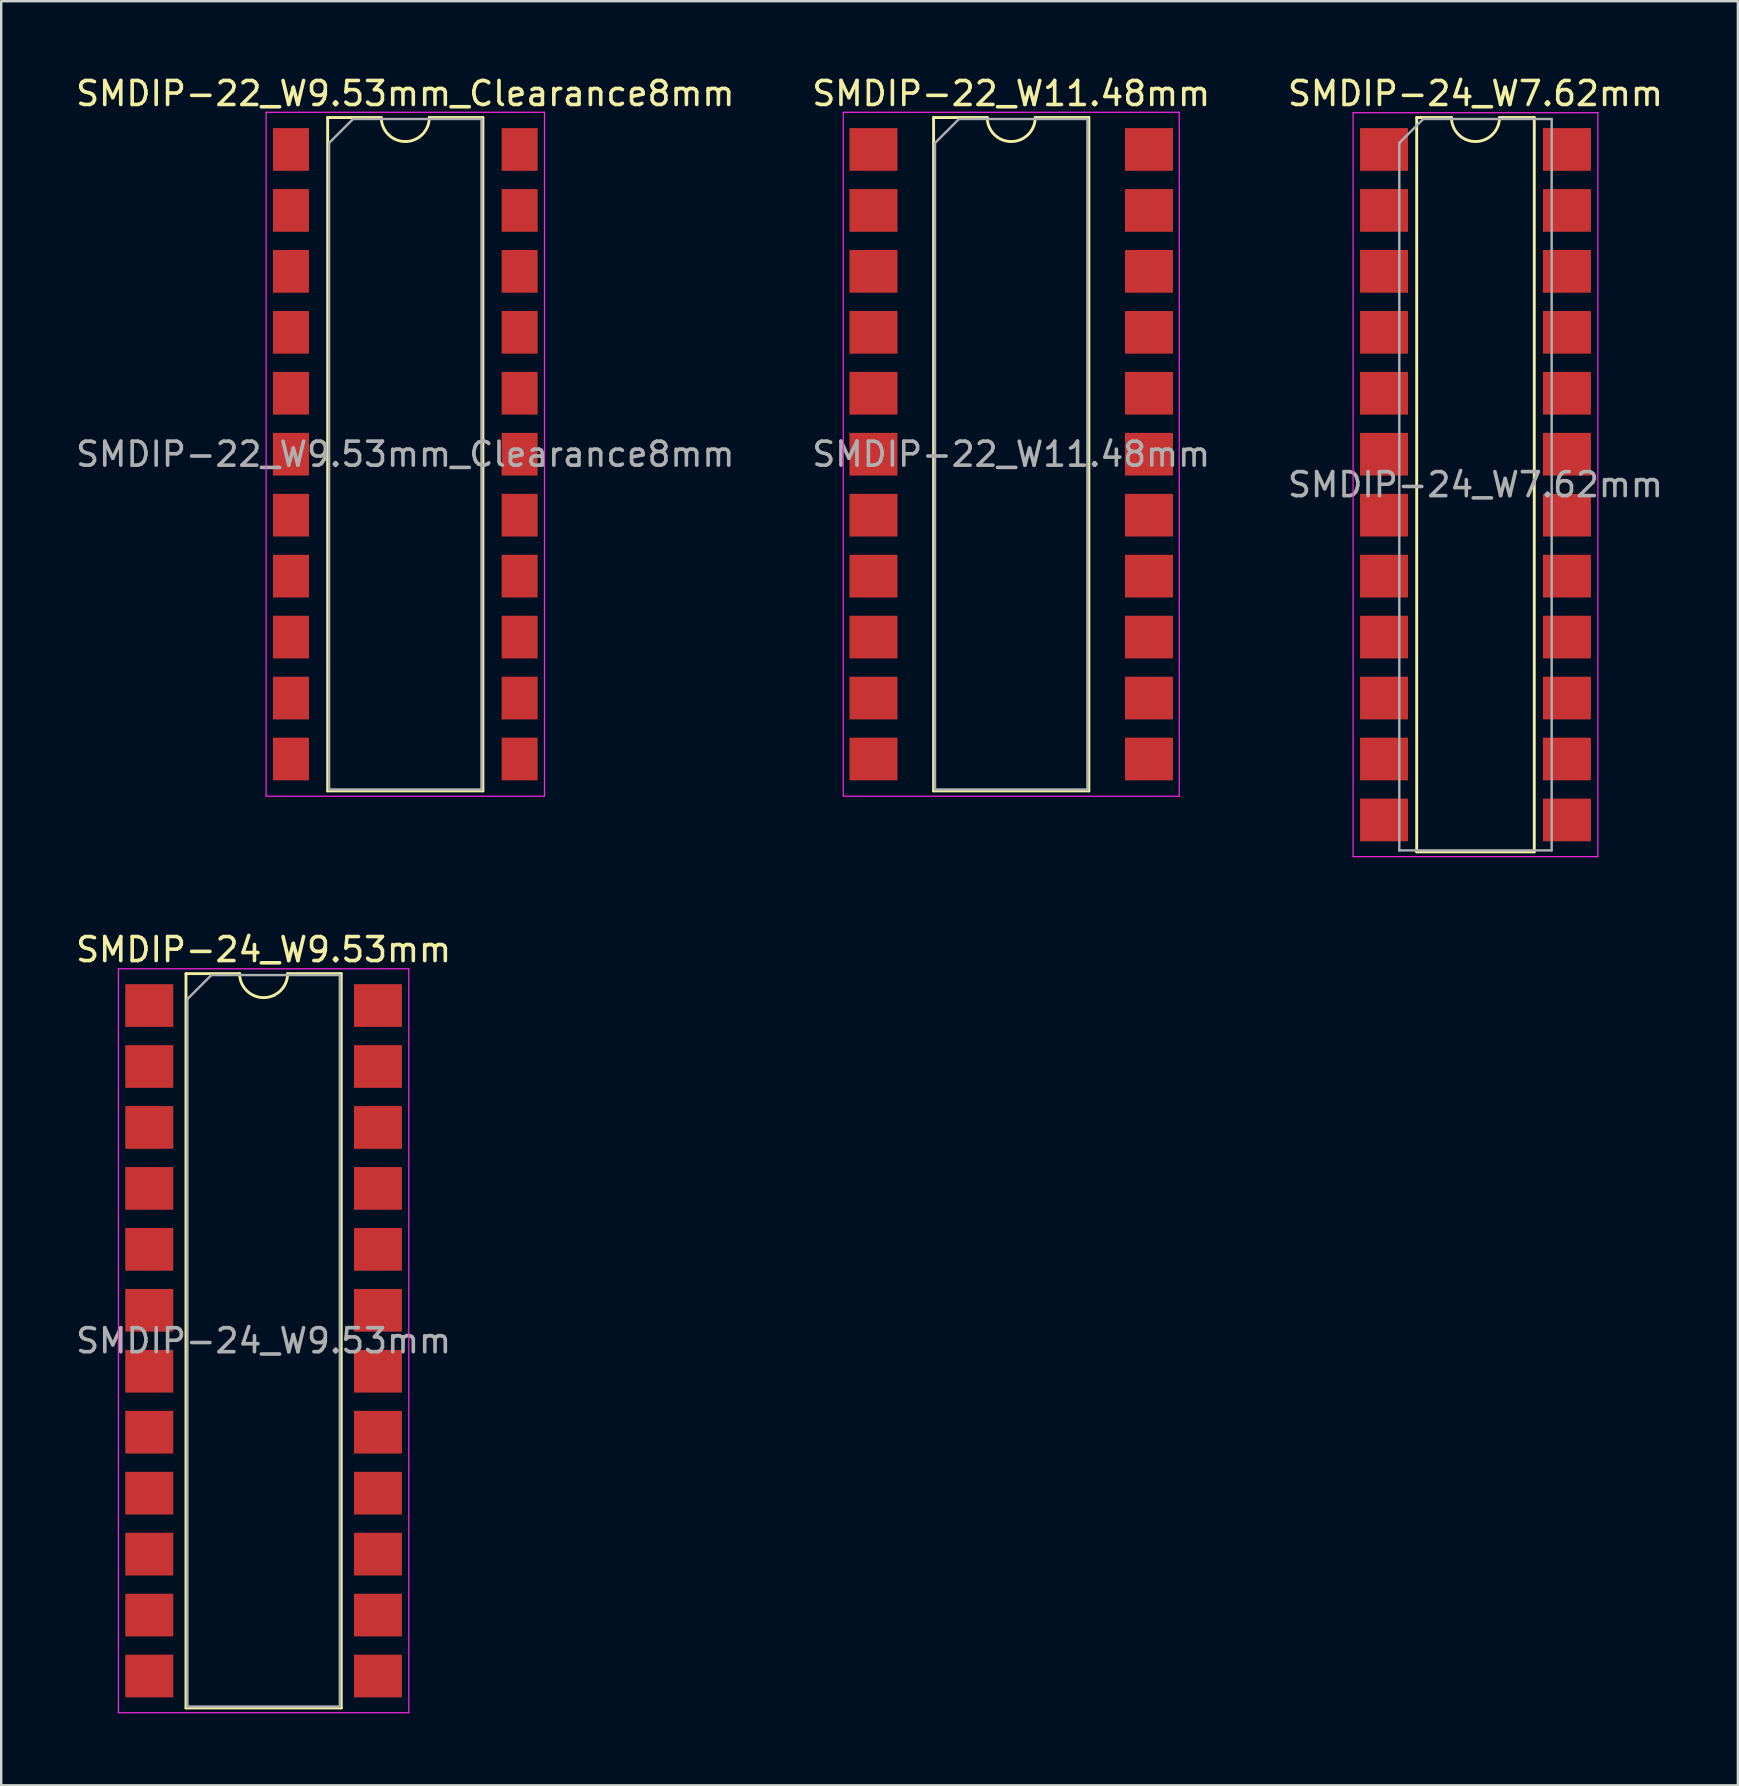
<source format=kicad_pcb>
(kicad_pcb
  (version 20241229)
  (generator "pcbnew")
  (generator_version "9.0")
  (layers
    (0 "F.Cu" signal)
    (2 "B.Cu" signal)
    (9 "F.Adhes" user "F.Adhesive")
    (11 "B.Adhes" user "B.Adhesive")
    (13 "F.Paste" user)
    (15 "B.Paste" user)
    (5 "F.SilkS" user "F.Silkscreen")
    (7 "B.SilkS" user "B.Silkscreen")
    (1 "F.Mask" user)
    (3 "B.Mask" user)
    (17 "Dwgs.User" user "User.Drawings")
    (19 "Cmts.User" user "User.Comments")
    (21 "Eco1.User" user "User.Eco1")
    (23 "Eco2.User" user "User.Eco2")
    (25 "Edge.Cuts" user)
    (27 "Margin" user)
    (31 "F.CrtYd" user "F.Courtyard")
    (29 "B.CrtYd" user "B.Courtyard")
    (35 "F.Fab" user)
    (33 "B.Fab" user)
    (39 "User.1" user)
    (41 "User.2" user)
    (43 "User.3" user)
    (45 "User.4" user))
  (footprint "SMDIP-22_W9.53mm_Clearance8mm"
    (layer "F.Cu")
    (at 13.839 15.878)
    (property "Reference" "SMDIP-22_W9.53mm_Clearance8mm" (at 0 -15.03 0) (layer "F.SilkS") (effects (font (size 1 1) (thickness 0.15))))
    (attr smd)
    (fp_line (start -3.235 -14.03) (end -3.235 14.03) (stroke (width 0.12) (type solid)) (layer "F.SilkS"))
    (fp_line (start -3.235 14.03) (end 3.235 14.03) (stroke (width 0.12) (type solid)) (layer "F.SilkS"))
    (fp_line (start -1 -14.03) (end -3.235 -14.03) (stroke (width 0.12) (type solid)) (layer "F.SilkS"))
    (fp_line (start 3.235 -14.03) (end 1 -14.03) (stroke (width 0.12) (type solid)) (layer "F.SilkS"))
    (fp_line (start 3.235 14.03) (end 3.235 -14.03) (stroke (width 0.12) (type solid)) (layer "F.SilkS"))
    (fp_arc (start 1 -14.03) (mid 0 -13.03) (end -1 -14.03) (stroke (width 0.12) (type solid)) (layer "F.SilkS"))
    (fp_line (start -5.8 -14.25) (end -5.8 14.25) (stroke (width 0.05) (type solid)) (layer "F.CrtYd"))
    (fp_line (start -5.8 14.25) (end 5.8 14.25) (stroke (width 0.05) (type solid)) (layer "F.CrtYd"))
    (fp_line (start 5.8 -14.25) (end -5.8 -14.25) (stroke (width 0.05) (type solid)) (layer "F.CrtYd"))
    (fp_line (start 5.8 14.25) (end 5.8 -14.25) (stroke (width 0.05) (type solid)) (layer "F.CrtYd"))
    (fp_line (start -3.175 -12.97) (end -2.175 -13.97) (stroke (width 0.1) (type solid)) (layer "F.Fab"))
    (fp_line (start -3.175 13.97) (end -3.175 -12.97) (stroke (width 0.1) (type solid)) (layer "F.Fab"))
    (fp_line (start -2.175 -13.97) (end 3.175 -13.97) (stroke (width 0.1) (type solid)) (layer "F.Fab"))
    (fp_line (start 3.175 -13.97) (end 3.175 13.97) (stroke (width 0.1) (type solid)) (layer "F.Fab"))
    (fp_line (start 3.175 13.97) (end -3.175 13.97) (stroke (width 0.1) (type solid)) (layer "F.Fab"))
    (fp_text user "${REFERENCE}" (at 0 0 0) (layer "F.Fab") (effects (font (size 1 1) (thickness 0.15))))
    (pad "1" smd rect (at -4.765 -12.7) (size 1.5 1.78) (layers "F.Cu" "F.Mask" "F.Paste"))
    (pad "2" smd rect (at -4.765 -10.16) (size 1.5 1.78) (layers "F.Cu" "F.Mask" "F.Paste"))
    (pad "3" smd rect (at -4.765 -7.62) (size 1.5 1.78) (layers "F.Cu" "F.Mask" "F.Paste"))
    (pad "4" smd rect (at -4.765 -5.08) (size 1.5 1.78) (layers "F.Cu" "F.Mask" "F.Paste"))
    (pad "5" smd rect (at -4.765 -2.54) (size 1.5 1.78) (layers "F.Cu" "F.Mask" "F.Paste"))
    (pad "6" smd rect (at -4.765 0) (size 1.5 1.78) (layers "F.Cu" "F.Mask" "F.Paste"))
    (pad "7" smd rect (at -4.765 2.54) (size 1.5 1.78) (layers "F.Cu" "F.Mask" "F.Paste"))
    (pad "8" smd rect (at -4.765 5.08) (size 1.5 1.78) (layers "F.Cu" "F.Mask" "F.Paste"))
    (pad "9" smd rect (at -4.765 7.62) (size 1.5 1.78) (layers "F.Cu" "F.Mask" "F.Paste"))
    (pad "10" smd rect (at -4.765 10.16) (size 1.5 1.78) (layers "F.Cu" "F.Mask" "F.Paste"))
    (pad "11" smd rect (at -4.765 12.7) (size 1.5 1.78) (layers "F.Cu" "F.Mask" "F.Paste"))
    (pad "12" smd rect (at 4.765 12.7) (size 1.5 1.78) (layers "F.Cu" "F.Mask" "F.Paste"))
    (pad "13" smd rect (at 4.765 10.16) (size 1.5 1.78) (layers "F.Cu" "F.Mask" "F.Paste"))
    (pad "14" smd rect (at 4.765 7.62) (size 1.5 1.78) (layers "F.Cu" "F.Mask" "F.Paste"))
    (pad "15" smd rect (at 4.765 5.08) (size 1.5 1.78) (layers "F.Cu" "F.Mask" "F.Paste"))
    (pad "16" smd rect (at 4.765 2.54) (size 1.5 1.78) (layers "F.Cu" "F.Mask" "F.Paste"))
    (pad "17" smd rect (at 4.765 0) (size 1.5 1.78) (layers "F.Cu" "F.Mask" "F.Paste"))
    (pad "18" smd rect (at 4.765 -2.54) (size 1.5 1.78) (layers "F.Cu" "F.Mask" "F.Paste"))
    (pad "19" smd rect (at 4.765 -5.08) (size 1.5 1.78) (layers "F.Cu" "F.Mask" "F.Paste"))
    (pad "20" smd rect (at 4.765 -7.62) (size 1.5 1.78) (layers "F.Cu" "F.Mask" "F.Paste"))
    (pad "21" smd rect (at 4.765 -10.16) (size 1.5 1.78) (layers "F.Cu" "F.Mask" "F.Paste"))
    (pad "22" smd rect (at 4.765 -12.7) (size 1.5 1.78) (layers "F.Cu" "F.Mask" "F.Paste")))
  (footprint "SMDIP-22_W11.48mm"
    (layer "F.Cu")
    (at 39.089 15.878)
    (property "Reference" "SMDIP-22_W11.48mm" (at 0 -15.03 0) (layer "F.SilkS") (effects (font (size 1 1) (thickness 0.15))))
    (attr smd)
    (fp_line (start -3.235 -14.03) (end -3.235 14.03) (stroke (width 0.12) (type solid)) (layer "F.SilkS"))
    (fp_line (start -3.235 14.03) (end 3.235 14.03) (stroke (width 0.12) (type solid)) (layer "F.SilkS"))
    (fp_line (start -1 -14.03) (end -3.235 -14.03) (stroke (width 0.12) (type solid)) (layer "F.SilkS"))
    (fp_line (start 3.235 -14.03) (end 1 -14.03) (stroke (width 0.12) (type solid)) (layer "F.SilkS"))
    (fp_line (start 3.235 14.03) (end 3.235 -14.03) (stroke (width 0.12) (type solid)) (layer "F.SilkS"))
    (fp_arc (start 1 -14.03) (mid 0 -13.03) (end -1 -14.03) (stroke (width 0.12) (type solid)) (layer "F.SilkS"))
    (fp_line (start -7 -14.25) (end -7 14.25) (stroke (width 0.05) (type solid)) (layer "F.CrtYd"))
    (fp_line (start -7 14.25) (end 7 14.25) (stroke (width 0.05) (type solid)) (layer "F.CrtYd"))
    (fp_line (start 7 -14.25) (end -7 -14.25) (stroke (width 0.05) (type solid)) (layer "F.CrtYd"))
    (fp_line (start 7 14.25) (end 7 -14.25) (stroke (width 0.05) (type solid)) (layer "F.CrtYd"))
    (fp_line (start -3.175 -12.97) (end -2.175 -13.97) (stroke (width 0.1) (type solid)) (layer "F.Fab"))
    (fp_line (start -3.175 13.97) (end -3.175 -12.97) (stroke (width 0.1) (type solid)) (layer "F.Fab"))
    (fp_line (start -2.175 -13.97) (end 3.175 -13.97) (stroke (width 0.1) (type solid)) (layer "F.Fab"))
    (fp_line (start 3.175 -13.97) (end 3.175 13.97) (stroke (width 0.1) (type solid)) (layer "F.Fab"))
    (fp_line (start 3.175 13.97) (end -3.175 13.97) (stroke (width 0.1) (type solid)) (layer "F.Fab"))
    (fp_text user "${REFERENCE}" (at 0 0 0) (layer "F.Fab") (effects (font (size 1 1) (thickness 0.15))))
    (pad "1" smd rect (at -5.74 -12.7) (size 2 1.78) (layers "F.Cu" "F.Mask" "F.Paste"))
    (pad "2" smd rect (at -5.74 -10.16) (size 2 1.78) (layers "F.Cu" "F.Mask" "F.Paste"))
    (pad "3" smd rect (at -5.74 -7.62) (size 2 1.78) (layers "F.Cu" "F.Mask" "F.Paste"))
    (pad "4" smd rect (at -5.74 -5.08) (size 2 1.78) (layers "F.Cu" "F.Mask" "F.Paste"))
    (pad "5" smd rect (at -5.74 -2.54) (size 2 1.78) (layers "F.Cu" "F.Mask" "F.Paste"))
    (pad "6" smd rect (at -5.74 0) (size 2 1.78) (layers "F.Cu" "F.Mask" "F.Paste"))
    (pad "7" smd rect (at -5.74 2.54) (size 2 1.78) (layers "F.Cu" "F.Mask" "F.Paste"))
    (pad "8" smd rect (at -5.74 5.08) (size 2 1.78) (layers "F.Cu" "F.Mask" "F.Paste"))
    (pad "9" smd rect (at -5.74 7.62) (size 2 1.78) (layers "F.Cu" "F.Mask" "F.Paste"))
    (pad "10" smd rect (at -5.74 10.16) (size 2 1.78) (layers "F.Cu" "F.Mask" "F.Paste"))
    (pad "11" smd rect (at -5.74 12.7) (size 2 1.78) (layers "F.Cu" "F.Mask" "F.Paste"))
    (pad "12" smd rect (at 5.74 12.7) (size 2 1.78) (layers "F.Cu" "F.Mask" "F.Paste"))
    (pad "13" smd rect (at 5.74 10.16) (size 2 1.78) (layers "F.Cu" "F.Mask" "F.Paste"))
    (pad "14" smd rect (at 5.74 7.62) (size 2 1.78) (layers "F.Cu" "F.Mask" "F.Paste"))
    (pad "15" smd rect (at 5.74 5.08) (size 2 1.78) (layers "F.Cu" "F.Mask" "F.Paste"))
    (pad "16" smd rect (at 5.74 2.54) (size 2 1.78) (layers "F.Cu" "F.Mask" "F.Paste"))
    (pad "17" smd rect (at 5.74 0) (size 2 1.78) (layers "F.Cu" "F.Mask" "F.Paste"))
    (pad "18" smd rect (at 5.74 -2.54) (size 2 1.78) (layers "F.Cu" "F.Mask" "F.Paste"))
    (pad "19" smd rect (at 5.74 -5.08) (size 2 1.78) (layers "F.Cu" "F.Mask" "F.Paste"))
    (pad "20" smd rect (at 5.74 -7.62) (size 2 1.78) (layers "F.Cu" "F.Mask" "F.Paste"))
    (pad "21" smd rect (at 5.74 -10.16) (size 2 1.78) (layers "F.Cu" "F.Mask" "F.Paste"))
    (pad "22" smd rect (at 5.74 -12.7) (size 2 1.78) (layers "F.Cu" "F.Mask" "F.Paste")))
  (footprint "SMDIP-24_W9.53mm"
    (layer "F.Cu")
    (at 7.935 52.822)
    (property "Reference" "SMDIP-24_W9.53mm" (at 0 -16.3 0) (layer "F.SilkS") (effects (font (size 1 1) (thickness 0.15))))
    (attr smd)
    (fp_line (start -3.235 -15.3) (end -3.235 15.3) (stroke (width 0.12) (type solid)) (layer "F.SilkS"))
    (fp_line (start -3.235 15.3) (end 3.235 15.3) (stroke (width 0.12) (type solid)) (layer "F.SilkS"))
    (fp_line (start -1 -15.3) (end -3.235 -15.3) (stroke (width 0.12) (type solid)) (layer "F.SilkS"))
    (fp_line (start 3.235 -15.3) (end 1 -15.3) (stroke (width 0.12) (type solid)) (layer "F.SilkS"))
    (fp_line (start 3.235 15.3) (end 3.235 -15.3) (stroke (width 0.12) (type solid)) (layer "F.SilkS"))
    (fp_arc (start 1 -15.3) (mid 0 -14.3) (end -1 -15.3) (stroke (width 0.12) (type solid)) (layer "F.SilkS"))
    (fp_line (start -6.05 -15.5) (end -6.05 15.5) (stroke (width 0.05) (type solid)) (layer "F.CrtYd"))
    (fp_line (start -6.05 15.5) (end 6.05 15.5) (stroke (width 0.05) (type solid)) (layer "F.CrtYd"))
    (fp_line (start 6.05 -15.5) (end -6.05 -15.5) (stroke (width 0.05) (type solid)) (layer "F.CrtYd"))
    (fp_line (start 6.05 15.5) (end 6.05 -15.5) (stroke (width 0.05) (type solid)) (layer "F.CrtYd"))
    (fp_line (start -3.175 -14.24) (end -2.175 -15.24) (stroke (width 0.1) (type solid)) (layer "F.Fab"))
    (fp_line (start -3.175 15.24) (end -3.175 -14.24) (stroke (width 0.1) (type solid)) (layer "F.Fab"))
    (fp_line (start -2.175 -15.24) (end 3.175 -15.24) (stroke (width 0.1) (type solid)) (layer "F.Fab"))
    (fp_line (start 3.175 -15.24) (end 3.175 15.24) (stroke (width 0.1) (type solid)) (layer "F.Fab"))
    (fp_line (start 3.175 15.24) (end -3.175 15.24) (stroke (width 0.1) (type solid)) (layer "F.Fab"))
    (fp_text user "${REFERENCE}" (at 0 0 0) (layer "F.Fab") (effects (font (size 1 1) (thickness 0.15))))
    (pad "1" smd rect (at -4.765 -13.97) (size 2 1.78) (layers "F.Cu" "F.Mask" "F.Paste"))
    (pad "2" smd rect (at -4.765 -11.43) (size 2 1.78) (layers "F.Cu" "F.Mask" "F.Paste"))
    (pad "3" smd rect (at -4.765 -8.89) (size 2 1.78) (layers "F.Cu" "F.Mask" "F.Paste"))
    (pad "4" smd rect (at -4.765 -6.35) (size 2 1.78) (layers "F.Cu" "F.Mask" "F.Paste"))
    (pad "5" smd rect (at -4.765 -3.81) (size 2 1.78) (layers "F.Cu" "F.Mask" "F.Paste"))
    (pad "6" smd rect (at -4.765 -1.27) (size 2 1.78) (layers "F.Cu" "F.Mask" "F.Paste"))
    (pad "7" smd rect (at -4.765 1.27) (size 2 1.78) (layers "F.Cu" "F.Mask" "F.Paste"))
    (pad "8" smd rect (at -4.765 3.81) (size 2 1.78) (layers "F.Cu" "F.Mask" "F.Paste"))
    (pad "9" smd rect (at -4.765 6.35) (size 2 1.78) (layers "F.Cu" "F.Mask" "F.Paste"))
    (pad "10" smd rect (at -4.765 8.89) (size 2 1.78) (layers "F.Cu" "F.Mask" "F.Paste"))
    (pad "11" smd rect (at -4.765 11.43) (size 2 1.78) (layers "F.Cu" "F.Mask" "F.Paste"))
    (pad "12" smd rect (at -4.765 13.97) (size 2 1.78) (layers "F.Cu" "F.Mask" "F.Paste"))
    (pad "13" smd rect (at 4.765 13.97) (size 2 1.78) (layers "F.Cu" "F.Mask" "F.Paste"))
    (pad "14" smd rect (at 4.765 11.43) (size 2 1.78) (layers "F.Cu" "F.Mask" "F.Paste"))
    (pad "15" smd rect (at 4.765 8.89) (size 2 1.78) (layers "F.Cu" "F.Mask" "F.Paste"))
    (pad "16" smd rect (at 4.765 6.35) (size 2 1.78) (layers "F.Cu" "F.Mask" "F.Paste"))
    (pad "17" smd rect (at 4.765 3.81) (size 2 1.78) (layers "F.Cu" "F.Mask" "F.Paste"))
    (pad "18" smd rect (at 4.765 1.27) (size 2 1.78) (layers "F.Cu" "F.Mask" "F.Paste"))
    (pad "19" smd rect (at 4.765 -1.27) (size 2 1.78) (layers "F.Cu" "F.Mask" "F.Paste"))
    (pad "20" smd rect (at 4.765 -3.81) (size 2 1.78) (layers "F.Cu" "F.Mask" "F.Paste"))
    (pad "21" smd rect (at 4.765 -6.35) (size 2 1.78) (layers "F.Cu" "F.Mask" "F.Paste"))
    (pad "22" smd rect (at 4.765 -8.89) (size 2 1.78) (layers "F.Cu" "F.Mask" "F.Paste"))
    (pad "23" smd rect (at 4.765 -11.43) (size 2 1.78) (layers "F.Cu" "F.Mask" "F.Paste"))
    (pad "24" smd rect (at 4.765 -13.97) (size 2 1.78) (layers "F.Cu" "F.Mask" "F.Paste")))
  (footprint "SMDIP-24_W7.62mm"
    (layer "F.Cu")
    (at 58.435 17.148)
    (property "Reference" "SMDIP-24_W7.62mm" (at 0 -16.3 0) (layer "F.SilkS") (effects (font (size 1 1) (thickness 0.15))))
    (attr smd)
    (fp_line (start -2.45 -15.3) (end -2.45 15.3) (stroke (width 0.12) (type solid)) (layer "F.SilkS"))
    (fp_line (start -2.45 15.3) (end 2.45 15.3) (stroke (width 0.12) (type solid)) (layer "F.SilkS"))
    (fp_line (start -1 -15.3) (end -2.45 -15.3) (stroke (width 0.12) (type solid)) (layer "F.SilkS"))
    (fp_line (start 2.45 -15.3) (end 1 -15.3) (stroke (width 0.12) (type solid)) (layer "F.SilkS"))
    (fp_line (start 2.45 15.3) (end 2.45 -15.3) (stroke (width 0.12) (type solid)) (layer "F.SilkS"))
    (fp_arc (start 1 -15.3) (mid 0 -14.3) (end -1 -15.3) (stroke (width 0.12) (type solid)) (layer "F.SilkS"))
    (fp_line (start -5.1 -15.5) (end -5.1 15.5) (stroke (width 0.05) (type solid)) (layer "F.CrtYd"))
    (fp_line (start -5.1 15.5) (end 5.1 15.5) (stroke (width 0.05) (type solid)) (layer "F.CrtYd"))
    (fp_line (start 5.1 -15.5) (end -5.1 -15.5) (stroke (width 0.05) (type solid)) (layer "F.CrtYd"))
    (fp_line (start 5.1 15.5) (end 5.1 -15.5) (stroke (width 0.05) (type solid)) (layer "F.CrtYd"))
    (fp_line (start -3.175 -14.24) (end -2.175 -15.24) (stroke (width 0.1) (type solid)) (layer "F.Fab"))
    (fp_line (start -3.175 15.24) (end -3.175 -14.24) (stroke (width 0.1) (type solid)) (layer "F.Fab"))
    (fp_line (start -2.175 -15.24) (end 3.175 -15.24) (stroke (width 0.1) (type solid)) (layer "F.Fab"))
    (fp_line (start 3.175 -15.24) (end 3.175 15.24) (stroke (width 0.1) (type solid)) (layer "F.Fab"))
    (fp_line (start 3.175 15.24) (end -3.175 15.24) (stroke (width 0.1) (type solid)) (layer "F.Fab"))
    (fp_text user "${REFERENCE}" (at 0 0 0) (layer "F.Fab") (effects (font (size 1 1) (thickness 0.15))))
    (pad "1" smd rect (at -3.81 -13.97) (size 2 1.78) (layers "F.Cu" "F.Mask" "F.Paste"))
    (pad "2" smd rect (at -3.81 -11.43) (size 2 1.78) (layers "F.Cu" "F.Mask" "F.Paste"))
    (pad "3" smd rect (at -3.81 -8.89) (size 2 1.78) (layers "F.Cu" "F.Mask" "F.Paste"))
    (pad "4" smd rect (at -3.81 -6.35) (size 2 1.78) (layers "F.Cu" "F.Mask" "F.Paste"))
    (pad "5" smd rect (at -3.81 -3.81) (size 2 1.78) (layers "F.Cu" "F.Mask" "F.Paste"))
    (pad "6" smd rect (at -3.81 -1.27) (size 2 1.78) (layers "F.Cu" "F.Mask" "F.Paste"))
    (pad "7" smd rect (at -3.81 1.27) (size 2 1.78) (layers "F.Cu" "F.Mask" "F.Paste"))
    (pad "8" smd rect (at -3.81 3.81) (size 2 1.78) (layers "F.Cu" "F.Mask" "F.Paste"))
    (pad "9" smd rect (at -3.81 6.35) (size 2 1.78) (layers "F.Cu" "F.Mask" "F.Paste"))
    (pad "10" smd rect (at -3.81 8.89) (size 2 1.78) (layers "F.Cu" "F.Mask" "F.Paste"))
    (pad "11" smd rect (at -3.81 11.43) (size 2 1.78) (layers "F.Cu" "F.Mask" "F.Paste"))
    (pad "12" smd rect (at -3.81 13.97) (size 2 1.78) (layers "F.Cu" "F.Mask" "F.Paste"))
    (pad "13" smd rect (at 3.81 13.97) (size 2 1.78) (layers "F.Cu" "F.Mask" "F.Paste"))
    (pad "14" smd rect (at 3.81 11.43) (size 2 1.78) (layers "F.Cu" "F.Mask" "F.Paste"))
    (pad "15" smd rect (at 3.81 8.89) (size 2 1.78) (layers "F.Cu" "F.Mask" "F.Paste"))
    (pad "16" smd rect (at 3.81 6.35) (size 2 1.78) (layers "F.Cu" "F.Mask" "F.Paste"))
    (pad "17" smd rect (at 3.81 3.81) (size 2 1.78) (layers "F.Cu" "F.Mask" "F.Paste"))
    (pad "18" smd rect (at 3.81 1.27) (size 2 1.78) (layers "F.Cu" "F.Mask" "F.Paste"))
    (pad "19" smd rect (at 3.81 -1.27) (size 2 1.78) (layers "F.Cu" "F.Mask" "F.Paste"))
    (pad "20" smd rect (at 3.81 -3.81) (size 2 1.78) (layers "F.Cu" "F.Mask" "F.Paste"))
    (pad "21" smd rect (at 3.81 -6.35) (size 2 1.78) (layers "F.Cu" "F.Mask" "F.Paste"))
    (pad "22" smd rect (at 3.81 -8.89) (size 2 1.78) (layers "F.Cu" "F.Mask" "F.Paste"))
    (pad "23" smd rect (at 3.81 -11.43) (size 2 1.78) (layers "F.Cu" "F.Mask" "F.Paste"))
    (pad "24" smd rect (at 3.81 -13.97) (size 2 1.78) (layers "F.Cu" "F.Mask" "F.Paste")))
  (gr_rect
    (start -3 -3)
    (end 69.369 71.347)
    (stroke (width 0.1) (type default))
    (fill no)
    (layer "Edge.Cuts")))
</source>
